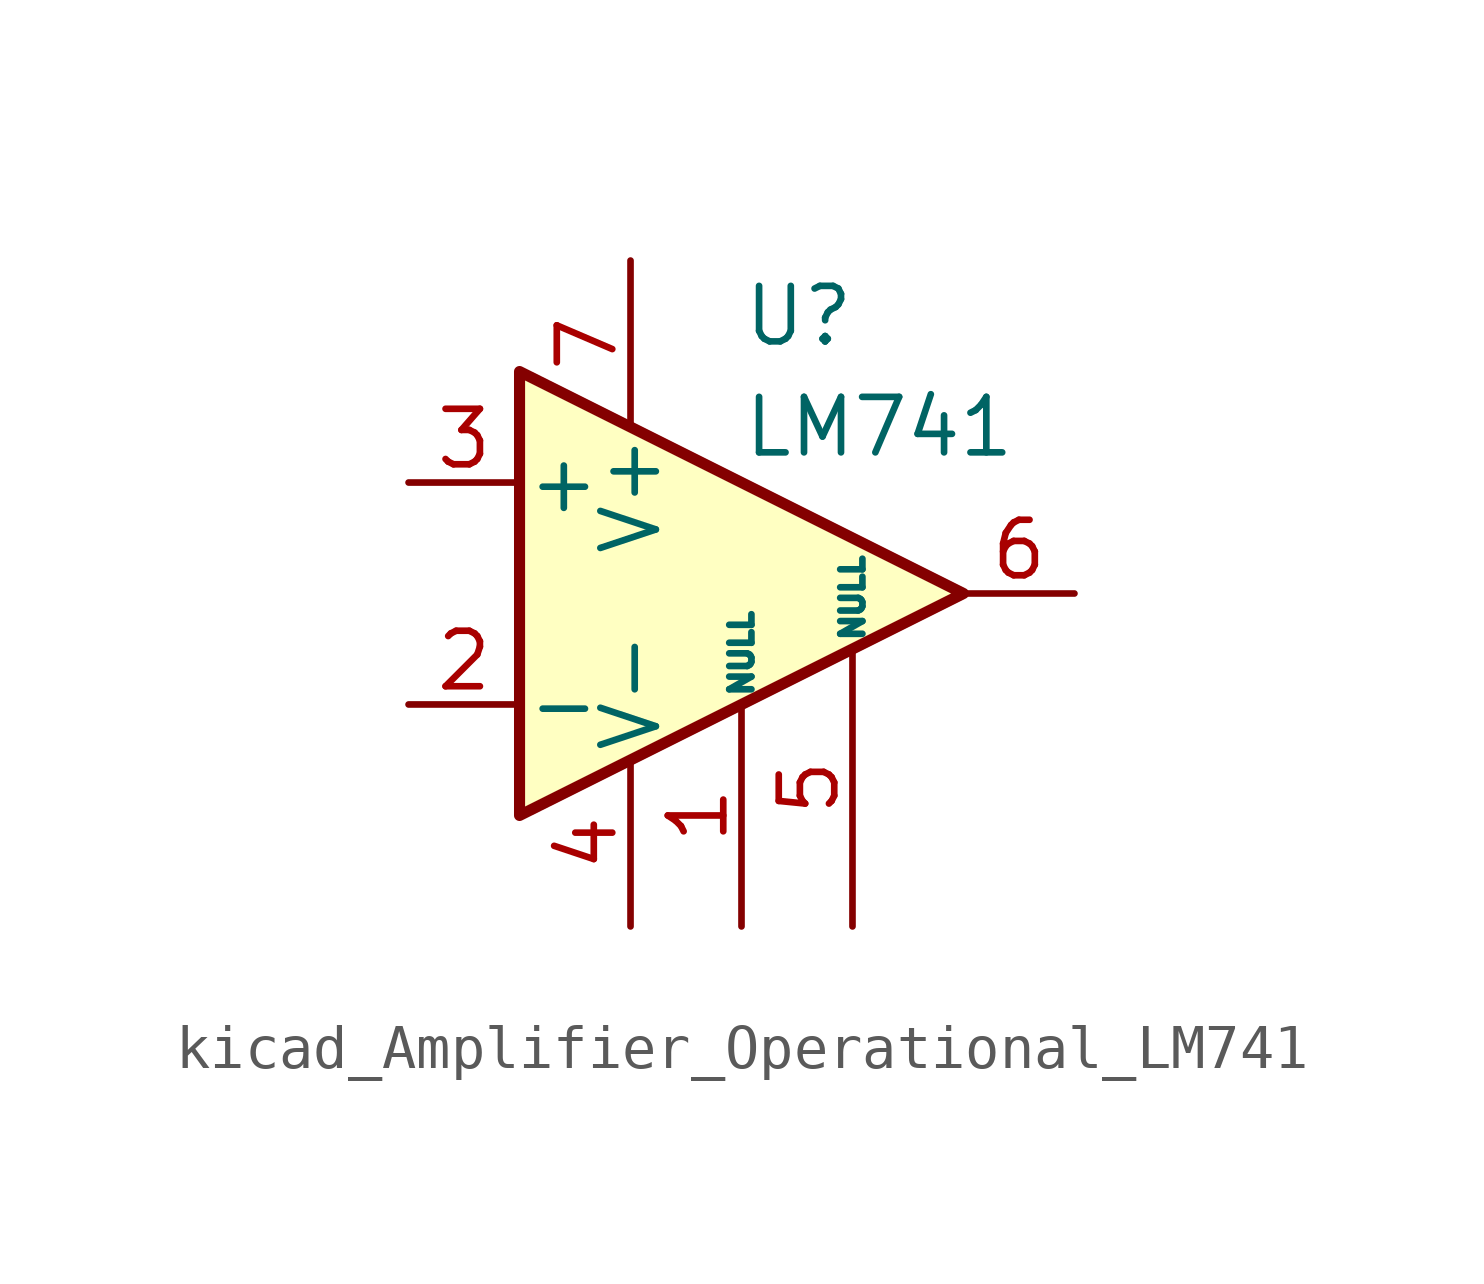
<source format=kicad_sym>
(kicad_symbol_lib
  (version 20220914)
  (generator kicad_symbol_editor)
  (symbol "kicad_Amplifier_Operational_LM741"
    (pin_names
      (offset 0.127))
    (property "Reference" "U"
      (at 0 6.35 0)
      (effects (font (size 1.27 1.27)) (justify left)))
    (property "Value" "LM741"
      (at 0 3.81 0)
      (effects (font (size 1.27 1.27)) (justify left)))
    (symbol "kicad_Amplifier_Operational_LM741_0_1"
      (polyline (pts (xy -5.08 5.08) (xy 5.08 0) (xy -5.08 -5.08) (xy -5.08 5.08)) (stroke (width 0.254) (type default)) (fill (type background))))
    (symbol "kicad_Amplifier_Operational_LM741_1_1"
      (pin input line (at 0 -7.62 90) (length 5.08) (name "NULL" (effects (font (size 0.508 0.508)))) (number "1" (effects (font (size 1.27 1.27)))))
      (pin input line (at -7.62 -2.54 0) (length 2.54) (name "-" (effects (font (size 1.27 1.27)))) (number "2" (effects (font (size 1.27 1.27)))))
      (pin input line (at -7.62 2.54 0) (length 2.54) (name "+" (effects (font (size 1.27 1.27)))) (number "3" (effects (font (size 1.27 1.27)))))
      (pin power_in line (at -2.54 -7.62 90) (length 3.81) (name "V-" (effects (font (size 1.27 1.27)))) (number "4" (effects (font (size 1.27 1.27)))))
      (pin input line (at 2.54 -7.62 90) (length 6.35) (name "NULL" (effects (font (size 0.508 0.508)))) (number "5" (effects (font (size 1.27 1.27)))))
      (pin output line (at 7.62 0 180) (length 2.54) (name "~" (effects (font (size 1.27 1.27)))) (number "6" (effects (font (size 1.27 1.27)))))
      (pin power_in line (at -2.54 7.62 270) (length 3.81) (name "V+" (effects (font (size 1.27 1.27)))) (number "7" (effects (font (size 1.27 1.27)))))
      (pin no_connect line (at 0 2.54 270) (length 2.54) hide (name "NC" (effects (font (size 1.27 1.27)))) (number "8" (effects (font (size 1.27 1.27))))))))
</source>
